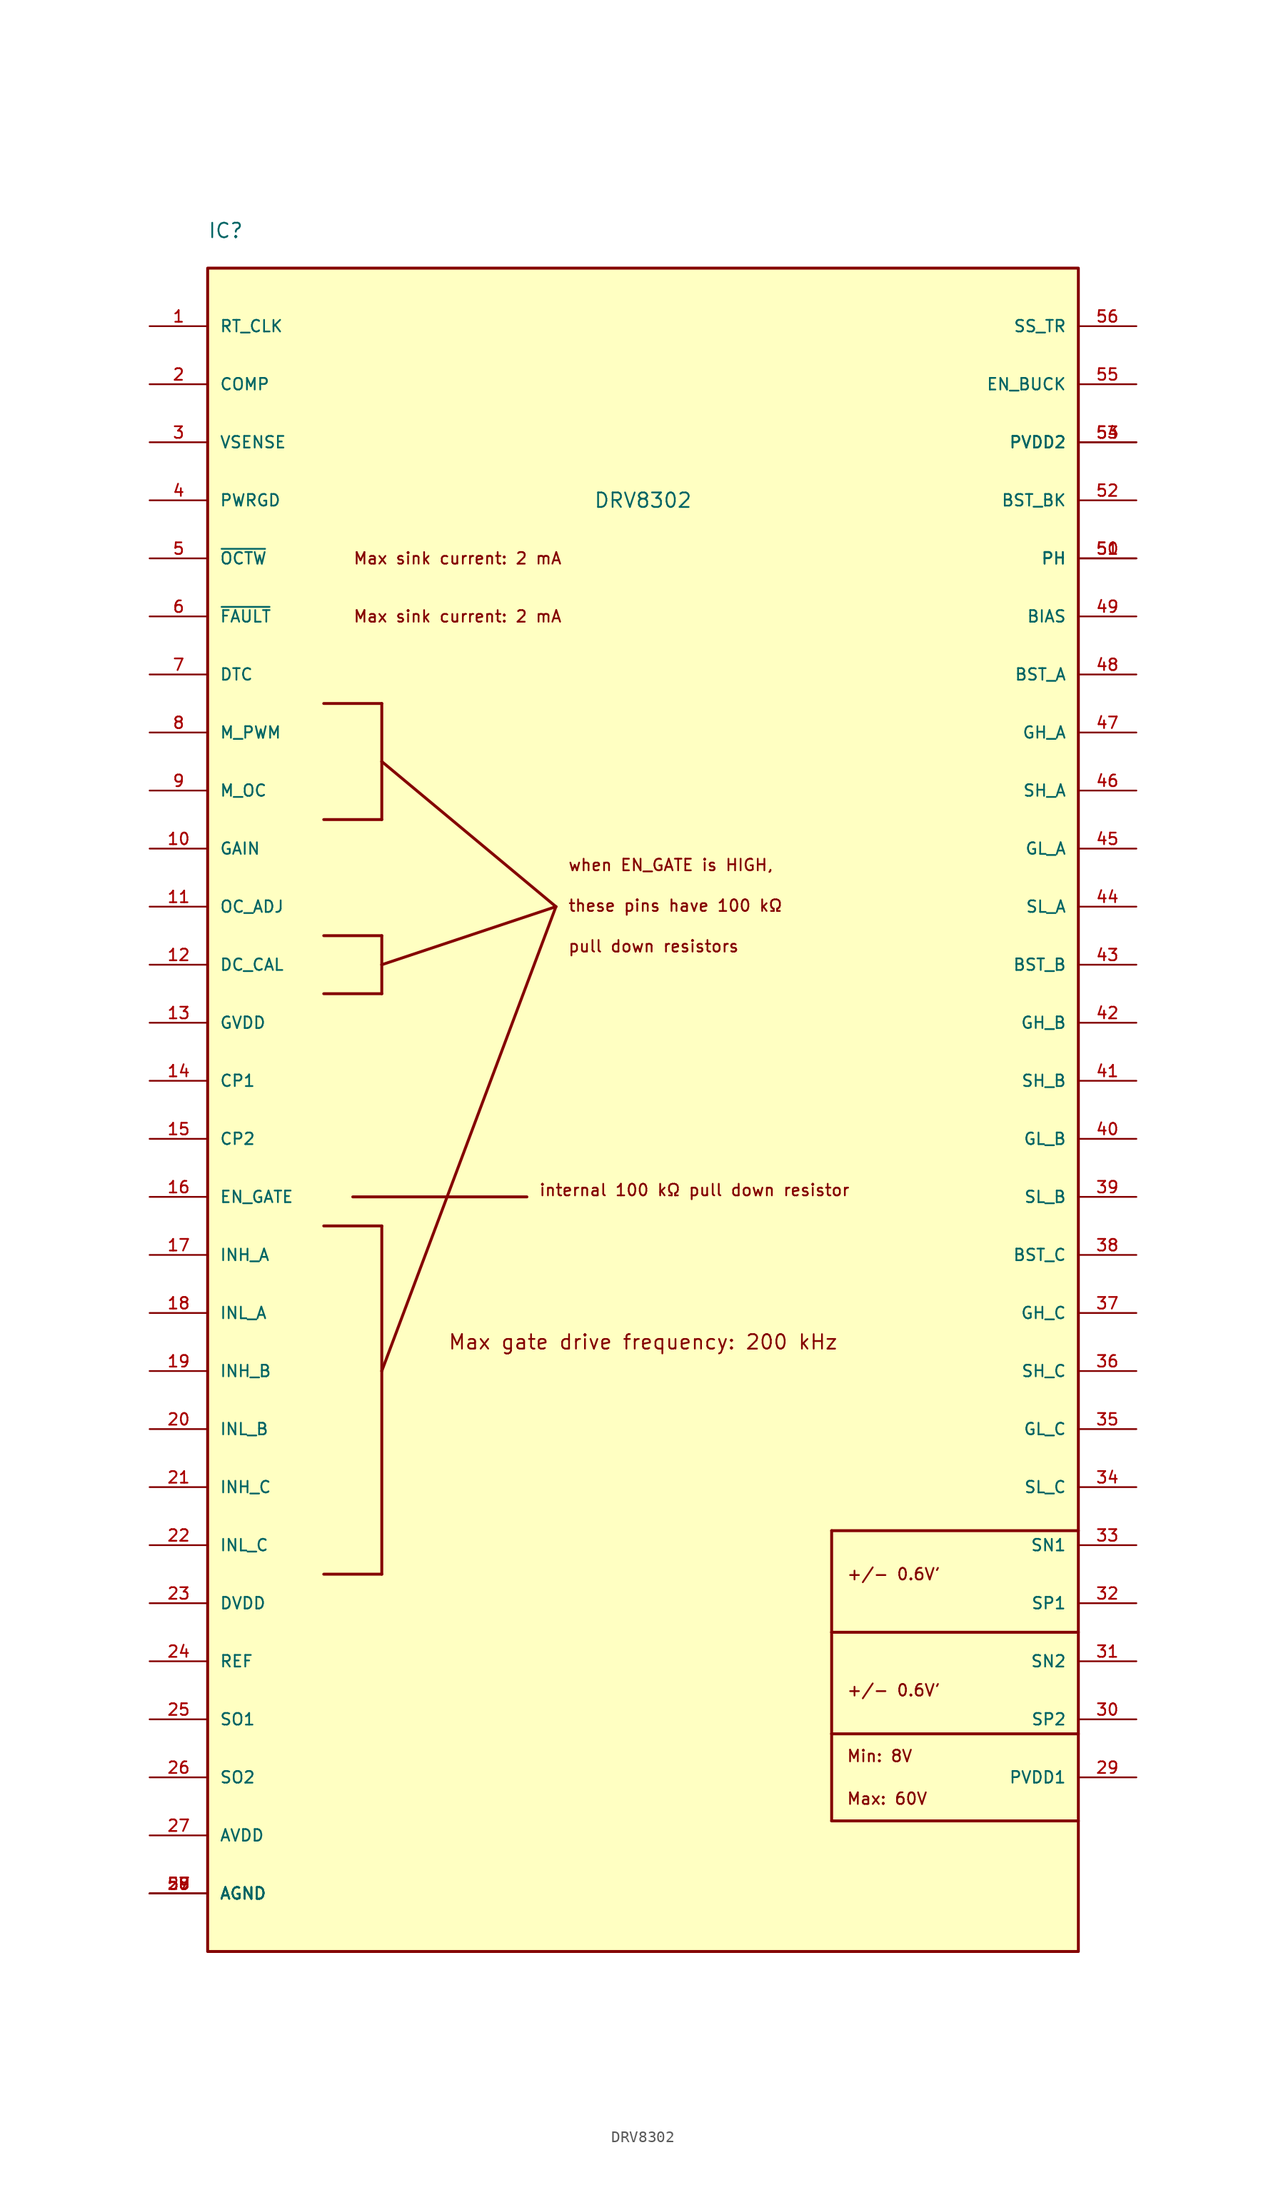
<source format=kicad_sym>
(kicad_symbol_lib
  (version 20241209)
  (generator "kicad_symbol_editor")
  (generator_version "9.0")
  (symbol "DRV8302"
    (pin_names
      (offset 1.016))
    (property "Reference" "IC"
      (at -38.1 76.2 0)
      (effects (font (size 1.27 1.27)) (justify left bottom)))
    (property "Value" "DRV8302"
      (at 0 53.34 0)
      (effects (font (size 1.27 1.27))))
    (symbol "DRV8302_0_0"
      (rectangle (start -38.1 -73.66) (end 38.1 73.66) (stroke (width 0.254) (type default)) (fill (type background)))
      (polyline (pts (xy -27.94 35.56) (xy -22.86 35.56)) (stroke (width 0.254) (type default)) (fill (type none)))
      (polyline (pts (xy -27.94 15.24) (xy -22.86 15.24)) (stroke (width 0.254) (type default)) (fill (type none)))
      (polyline (pts (xy -27.94 -10.16) (xy -22.86 -10.16)) (stroke (width 0.254) (type default)) (fill (type none)))
      (polyline (pts (xy -22.86 35.56) (xy -22.86 30.48)) (stroke (width 0.254) (type default)) (fill (type none)))
      (polyline (pts (xy -22.86 30.48) (xy -22.86 25.4)) (stroke (width 0.254) (type default)) (fill (type none)))
      (polyline (pts (xy -22.86 25.4) (xy -27.94 25.4)) (stroke (width 0.254) (type default)) (fill (type none)))
      (polyline (pts (xy -22.86 15.24) (xy -22.86 12.7)) (stroke (width 0.254) (type default)) (fill (type none)))
      (polyline (pts (xy -22.86 12.7) (xy -22.86 10.16)) (stroke (width 0.254) (type default)) (fill (type none)))
      (polyline (pts (xy -22.86 10.16) (xy -27.94 10.16)) (stroke (width 0.254) (type default)) (fill (type none)))
      (polyline (pts (xy -22.86 -10.16) (xy -22.86 -22.86)) (stroke (width 0.254) (type default)) (fill (type none)))
      (polyline (pts (xy -22.86 -22.86) (xy -22.86 -40.64)) (stroke (width 0.254) (type default)) (fill (type none)))
      (polyline (pts (xy -22.86 -22.86) (xy -7.62 17.78)) (stroke (width 0.254) (type default)) (fill (type none)))
      (polyline (pts (xy -22.86 -40.64) (xy -27.94 -40.64)) (stroke (width 0.254) (type default)) (fill (type none)))
      (polyline (pts (xy -10.16 -7.62) (xy -25.4 -7.62)) (stroke (width 0.254) (type default)) (fill (type none)))
      (polyline (pts (xy -7.62 17.78) (xy -22.86 30.48)) (stroke (width 0.254) (type default)) (fill (type none)))
      (polyline (pts (xy -7.62 17.78) (xy -22.86 12.7)) (stroke (width 0.254) (type default)) (fill (type none)))
      (polyline (pts (xy 16.51 -36.83) (xy 16.51 -45.72)) (stroke (width 0.254) (type default)) (fill (type none)))
      (polyline (pts (xy 16.51 -36.83) (xy 38.1 -36.83)) (stroke (width 0.254) (type default)) (fill (type none)))
      (polyline (pts (xy 16.51 -45.72) (xy 16.51 -54.61)) (stroke (width 0.254) (type default)) (fill (type none)))
      (polyline (pts (xy 16.51 -45.72) (xy 38.1 -45.72)) (stroke (width 0.254) (type default)) (fill (type none)))
      (polyline (pts (xy 16.51 -54.61) (xy 16.51 -62.23)) (stroke (width 0.254) (type default)) (fill (type none)))
      (polyline (pts (xy 16.51 -54.61) (xy 38.1 -54.61)) (stroke (width 0.254) (type default)) (fill (type none)))
      (polyline (pts (xy 16.51 -62.23) (xy 38.1 -62.23)) (stroke (width 0.254) (type default)) (fill (type none)))
      (text "Max sink current: 2 mA" (at -25.4 48.26 0) (effects (font (size 1.016 1.016)) (justify left)))
      (text "Max sink current: 2 mA" (at -25.4 43.18 0) (effects (font (size 1.016 1.016)) (justify left)))
      (text "internal 100 kΩ pull down resistor" (at -9.144 -7.62 0) (effects (font (size 1.016 1.016)) (justify left bottom)))
      (text "when EN_GATE is HIGH," (at -6.604 20.828 0) (effects (font (size 1.016 1.016)) (justify left bottom)))
      (text "these pins have 100 kΩ" (at -6.604 17.272 0) (effects (font (size 1.016 1.016)) (justify left bottom)))
      (text "pull down resistors" (at -6.604 13.716 0) (effects (font (size 1.016 1.016)) (justify left bottom)))
      (text "Max gate drive frequency: 200 kHz" (at 0 -20.32 0) (effects (font (size 1.27 1.27))))
      (text "+/- 0.6V'" (at 17.78 -40.64 0) (effects (font (size 1.016 1.016)) (justify left)))
      (text "+/- 0.6V'" (at 17.78 -50.8 0) (effects (font (size 1.016 1.016)) (justify left)))
      (text "Min: 8V" (at 17.78 -57.15 0) (effects (font (size 1.016 1.016)) (justify left bottom)))
      (text "Max: 60V" (at 17.78 -59.69 0) (effects (font (size 1.016 1.016)) (justify left top)))
      (pin input line (at -43.18 68.58 0) (length 5.08) (name "RT_CLK" (effects (font (size 1.016 1.016)))) (number "1" (effects (font (size 1.016 1.016)))))
      (pin output line (at -43.18 63.5 0) (length 5.08) (name "COMP" (effects (font (size 1.016 1.016)))) (number "2" (effects (font (size 1.016 1.016)))))
      (pin input line (at -43.18 58.42 0) (length 5.08) (name "VSENSE" (effects (font (size 1.016 1.016)))) (number "3" (effects (font (size 1.016 1.016)))))
      (pin input line (at -43.18 53.34 0) (length 5.08) (name "PWRGD" (effects (font (size 1.016 1.016)))) (number "4" (effects (font (size 1.016 1.016)))))
      (pin open_collector line (at -43.18 48.26 0) (length 5.08) (name "~{OCTW}" (effects (font (size 1.016 1.016)))) (number "5" (effects (font (size 1.016 1.016)))))
      (pin open_collector line (at -43.18 43.18 0) (length 5.08) (name "~{FAULT}" (effects (font (size 1.016 1.016)))) (number "6" (effects (font (size 1.016 1.016)))))
      (pin input line (at -43.18 38.1 0) (length 5.08) (name "DTC" (effects (font (size 1.016 1.016)))) (number "7" (effects (font (size 1.016 1.016)))))
      (pin input line (at -43.18 33.02 0) (length 5.08) (name "M_PWM" (effects (font (size 1.016 1.016)))) (number "8" (effects (font (size 1.016 1.016)))))
      (pin input line (at -43.18 27.94 0) (length 5.08) (name "M_OC" (effects (font (size 1.016 1.016)))) (number "9" (effects (font (size 1.016 1.016)))))
      (pin output line (at -43.18 22.86 0) (length 5.08) (name "GAIN" (effects (font (size 1.016 1.016)))) (number "10" (effects (font (size 1.016 1.016)))))
      (pin input line (at -43.18 17.78 0) (length 5.08) (name "OC_ADJ" (effects (font (size 1.016 1.016)))) (number "11" (effects (font (size 1.016 1.016)))))
      (pin input line (at -43.18 12.7 0) (length 5.08) (name "DC_CAL" (effects (font (size 1.016 1.016)))) (number "12" (effects (font (size 1.016 1.016)))))
      (pin power_in line (at -43.18 7.62 0) (length 5.08) (name "GVDD" (effects (font (size 1.016 1.016)))) (number "13" (effects (font (size 1.016 1.016)))))
      (pin power_in line (at -43.18 2.54 0) (length 5.08) (name "CP1" (effects (font (size 1.016 1.016)))) (number "14" (effects (font (size 1.016 1.016)))))
      (pin power_in line (at -43.18 -2.54 0) (length 5.08) (name "CP2" (effects (font (size 1.016 1.016)))) (number "15" (effects (font (size 1.016 1.016)))))
      (pin input line (at -43.18 -7.62 0) (length 5.08) (name "EN_GATE" (effects (font (size 1.016 1.016)))) (number "16" (effects (font (size 1.016 1.016)))))
      (pin input line (at -43.18 -12.7 0) (length 5.08) (name "INH_A" (effects (font (size 1.016 1.016)))) (number "17" (effects (font (size 1.016 1.016)))))
      (pin input line (at -43.18 -17.78 0) (length 5.08) (name "INL_A" (effects (font (size 1.016 1.016)))) (number "18" (effects (font (size 1.016 1.016)))))
      (pin input line (at -43.18 -22.86 0) (length 5.08) (name "INH_B" (effects (font (size 1.016 1.016)))) (number "19" (effects (font (size 1.016 1.016)))))
      (pin input line (at -43.18 -27.94 0) (length 5.08) (name "INL_B" (effects (font (size 1.016 1.016)))) (number "20" (effects (font (size 1.016 1.016)))))
      (pin input line (at -43.18 -33.02 0) (length 5.08) (name "INH_C" (effects (font (size 1.016 1.016)))) (number "21" (effects (font (size 1.016 1.016)))))
      (pin input line (at -43.18 -38.1 0) (length 5.08) (name "INL_C" (effects (font (size 1.016 1.016)))) (number "22" (effects (font (size 1.016 1.016)))))
      (pin power_in line (at -43.18 -43.18 0) (length 5.08) (name "DVDD" (effects (font (size 1.016 1.016)))) (number "23" (effects (font (size 1.016 1.016)))))
      (pin input line (at -43.18 -48.26 0) (length 5.08) (name "REF" (effects (font (size 1.016 1.016)))) (number "24" (effects (font (size 1.016 1.016)))))
      (pin output line (at -43.18 -53.34 0) (length 5.08) (name "SO1" (effects (font (size 1.016 1.016)))) (number "25" (effects (font (size 1.016 1.016)))))
      (pin output line (at -43.18 -58.42 0) (length 5.08) (name "SO2" (effects (font (size 1.016 1.016)))) (number "26" (effects (font (size 1.016 1.016)))))
      (pin power_in line (at -43.18 -63.5 0) (length 5.08) (name "AVDD" (effects (font (size 1.016 1.016)))) (number "27" (effects (font (size 1.016 1.016)))))
      (pin power_in line (at -43.18 -68.58 0) (length 5.08) (name "AGND" (effects (font (size 1.016 1.016)))) (number "28" (effects (font (size 1.016 1.016)))))
      (pin power_in line (at -43.18 -68.58 0) (length 5.08) (name "AGND" (effects (font (size 1.016 1.016)))) (number "57" (effects (font (size 1.016 1.016)))))
      (pin power_in line (at -43.18 -68.58 0) (length 5.08) (name "AGND" (effects (font (size 1.016 1.016)))) (number "58" (effects (font (size 1.016 1.016)))))
      (pin power_in line (at -43.18 -68.58 0) (length 5.08) (name "AGND" (effects (font (size 1.016 1.016)))) (number "59" (effects (font (size 1.016 1.016)))))
      (pin input line (at 43.18 68.58 180) (length 5.08) (name "SS_TR" (effects (font (size 1.016 1.016)))) (number "56" (effects (font (size 1.016 1.016)))))
      (pin input line (at 43.18 63.5 180) (length 5.08) (name "EN_BUCK" (effects (font (size 1.016 1.016)))) (number "55" (effects (font (size 1.016 1.016)))))
      (pin bidirectional line (at 43.18 58.42 180) (length 5.08) (name "PVDD2" (effects (font (size 1.016 1.016)))) (number "53" (effects (font (size 1.016 1.016)))))
      (pin bidirectional line (at 43.18 58.42 180) (length 5.08) (name "PVDD2" (effects (font (size 1.016 1.016)))) (number "54" (effects (font (size 1.016 1.016)))))
      (pin power_in line (at 43.18 53.34 180) (length 5.08) (name "BST_BK" (effects (font (size 1.016 1.016)))) (number "52" (effects (font (size 1.016 1.016)))))
      (pin output line (at 43.18 48.26 180) (length 5.08) (name "PH" (effects (font (size 1.016 1.016)))) (number "50" (effects (font (size 1.016 1.016)))))
      (pin output line (at 43.18 48.26 180) (length 5.08) (name "PH" (effects (font (size 1.016 1.016)))) (number "51" (effects (font (size 1.016 1.016)))))
      (pin input line (at 43.18 43.18 180) (length 5.08) (name "BIAS" (effects (font (size 1.016 1.016)))) (number "49" (effects (font (size 1.016 1.016)))))
      (pin power_in line (at 43.18 38.1 180) (length 5.08) (name "BST_A" (effects (font (size 1.016 1.016)))) (number "48" (effects (font (size 1.016 1.016)))))
      (pin output line (at 43.18 33.02 180) (length 5.08) (name "GH_A" (effects (font (size 1.016 1.016)))) (number "47" (effects (font (size 1.016 1.016)))))
      (pin input line (at 43.18 27.94 180) (length 5.08) (name "SH_A" (effects (font (size 1.016 1.016)))) (number "46" (effects (font (size 1.016 1.016)))))
      (pin output line (at 43.18 22.86 180) (length 5.08) (name "GL_A" (effects (font (size 1.016 1.016)))) (number "45" (effects (font (size 1.016 1.016)))))
      (pin input line (at 43.18 17.78 180) (length 5.08) (name "SL_A" (effects (font (size 1.016 1.016)))) (number "44" (effects (font (size 1.016 1.016)))))
      (pin power_in line (at 43.18 12.7 180) (length 5.08) (name "BST_B" (effects (font (size 1.016 1.016)))) (number "43" (effects (font (size 1.016 1.016)))))
      (pin output line (at 43.18 7.62 180) (length 5.08) (name "GH_B" (effects (font (size 1.016 1.016)))) (number "42" (effects (font (size 1.016 1.016)))))
      (pin input line (at 43.18 2.54 180) (length 5.08) (name "SH_B" (effects (font (size 1.016 1.016)))) (number "41" (effects (font (size 1.016 1.016)))))
      (pin output line (at 43.18 -2.54 180) (length 5.08) (name "GL_B" (effects (font (size 1.016 1.016)))) (number "40" (effects (font (size 1.016 1.016)))))
      (pin input line (at 43.18 -7.62 180) (length 5.08) (name "SL_B" (effects (font (size 1.016 1.016)))) (number "39" (effects (font (size 1.016 1.016)))))
      (pin power_in line (at 43.18 -12.7 180) (length 5.08) (name "BST_C" (effects (font (size 1.016 1.016)))) (number "38" (effects (font (size 1.016 1.016)))))
      (pin output line (at 43.18 -17.78 180) (length 5.08) (name "GH_C" (effects (font (size 1.016 1.016)))) (number "37" (effects (font (size 1.016 1.016)))))
      (pin input line (at 43.18 -22.86 180) (length 5.08) (name "SH_C" (effects (font (size 1.016 1.016)))) (number "36" (effects (font (size 1.016 1.016)))))
      (pin output line (at 43.18 -27.94 180) (length 5.08) (name "GL_C" (effects (font (size 1.016 1.016)))) (number "35" (effects (font (size 1.016 1.016)))))
      (pin input line (at 43.18 -33.02 180) (length 5.08) (name "SL_C" (effects (font (size 1.016 1.016)))) (number "34" (effects (font (size 1.016 1.016)))))
      (pin input line (at 43.18 -38.1 180) (length 5.08) (name "SN1" (effects (font (size 1.016 1.016)))) (number "33" (effects (font (size 1.016 1.016)))))
      (pin input line (at 43.18 -43.18 180) (length 5.08) (name "SP1" (effects (font (size 1.016 1.016)))) (number "32" (effects (font (size 1.016 1.016)))))
      (pin input line (at 43.18 -48.26 180) (length 5.08) (name "SN2" (effects (font (size 1.016 1.016)))) (number "31" (effects (font (size 1.016 1.016)))))
      (pin input line (at 43.18 -53.34 180) (length 5.08) (name "SP2" (effects (font (size 1.016 1.016)))) (number "30" (effects (font (size 1.016 1.016)))))
      (pin power_in line (at 43.18 -58.42 180) (length 5.08) (name "PVDD1" (effects (font (size 1.016 1.016)))) (number "29" (effects (font (size 1.016 1.016))))))))
</source>
